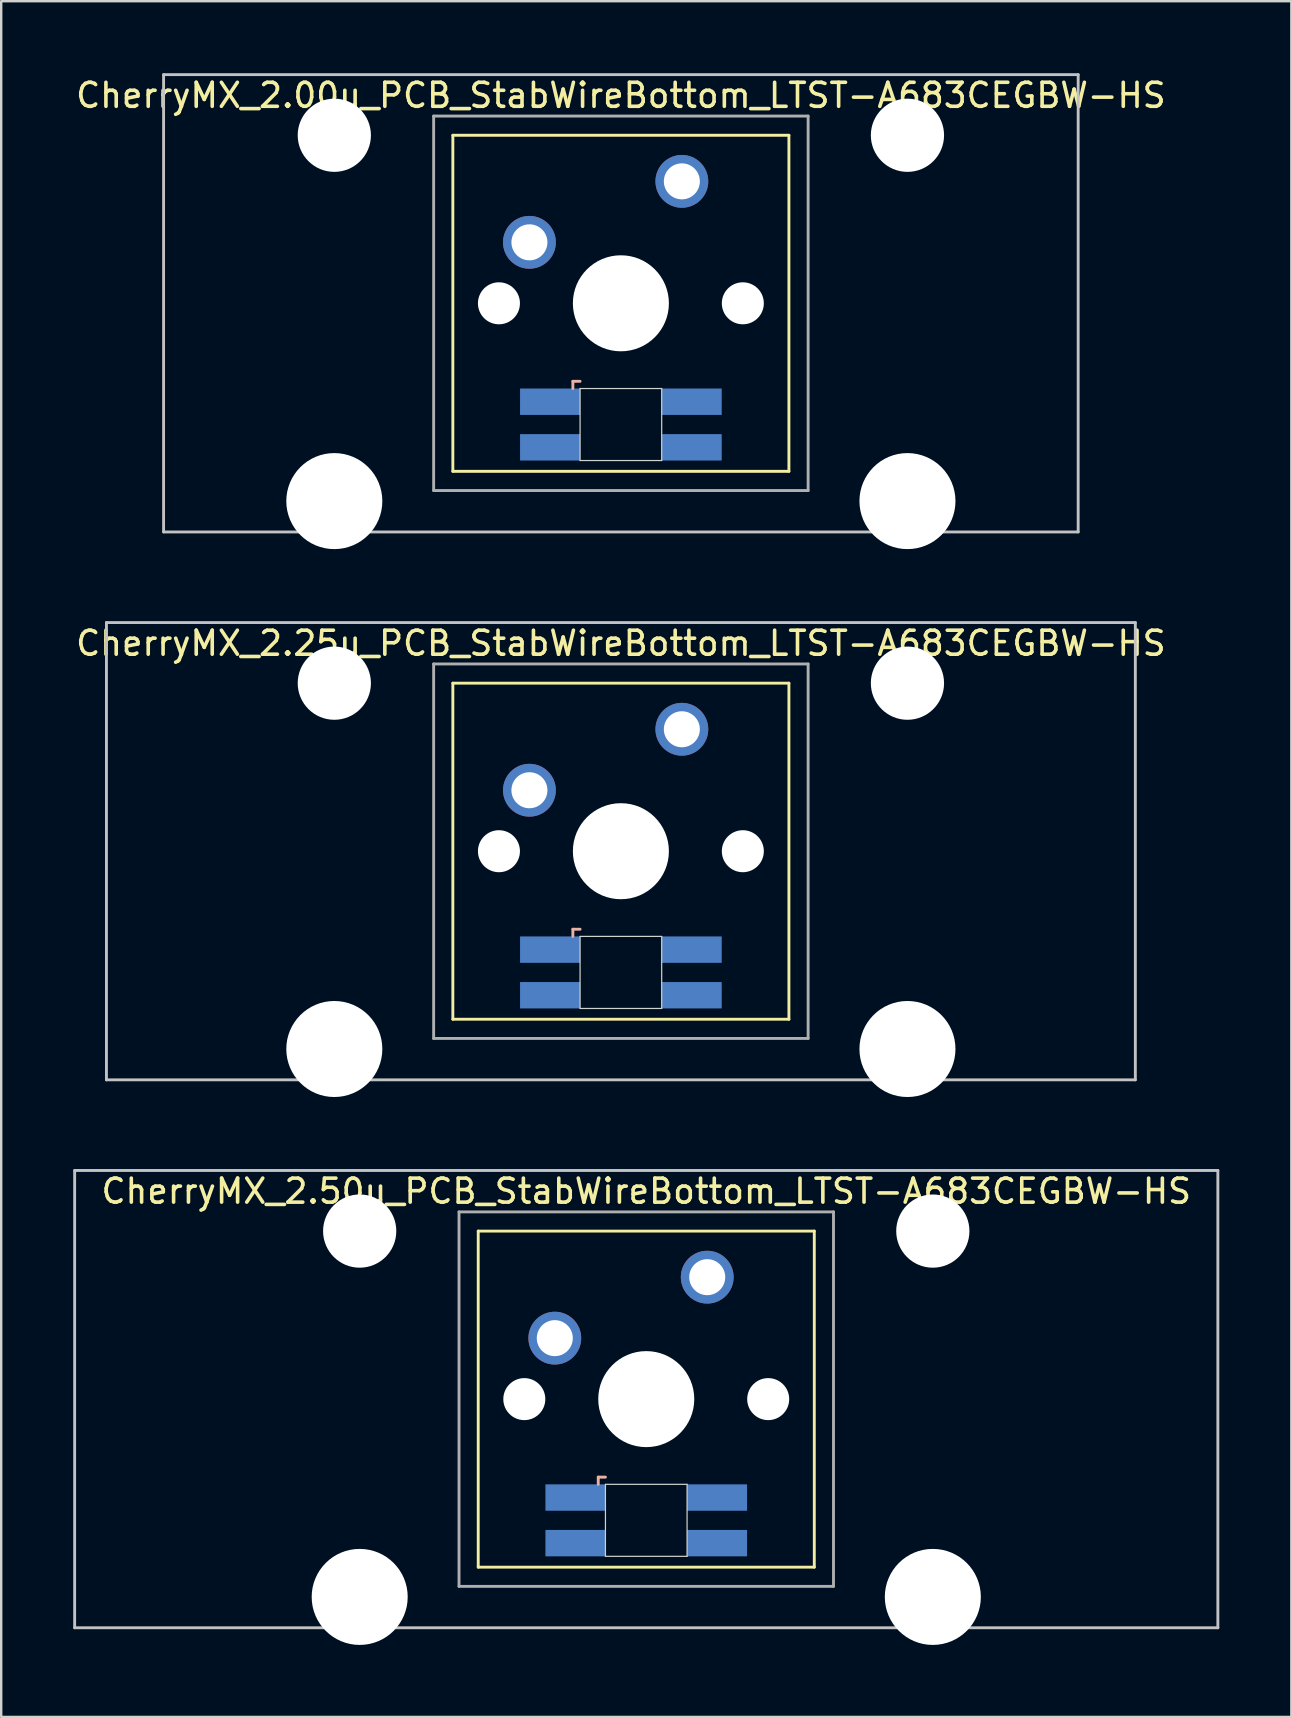
<source format=kicad_pcb>
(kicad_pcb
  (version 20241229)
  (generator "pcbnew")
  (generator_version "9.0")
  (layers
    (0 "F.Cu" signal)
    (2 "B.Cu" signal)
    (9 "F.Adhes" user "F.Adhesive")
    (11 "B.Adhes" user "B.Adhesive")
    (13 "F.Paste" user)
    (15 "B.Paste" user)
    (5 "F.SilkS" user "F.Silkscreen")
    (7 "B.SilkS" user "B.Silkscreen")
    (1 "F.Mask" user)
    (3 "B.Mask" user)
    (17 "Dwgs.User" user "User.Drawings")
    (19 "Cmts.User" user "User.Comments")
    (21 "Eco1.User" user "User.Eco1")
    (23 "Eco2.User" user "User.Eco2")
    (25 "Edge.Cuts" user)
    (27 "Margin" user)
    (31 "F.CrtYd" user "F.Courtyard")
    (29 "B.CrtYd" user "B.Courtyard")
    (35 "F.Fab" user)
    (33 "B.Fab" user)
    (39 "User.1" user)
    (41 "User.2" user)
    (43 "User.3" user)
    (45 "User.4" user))
  (footprint "CherryMX_2.50u_PCB_StabWireBottom_LTST-A683CEGBW-HS"
    (layer "F.Cu")
    (at 23.872 55.235)
    (property "Reference" "CherryMX_2.50u_PCB_StabWireBottom_LTST-A683CEGBW-HS" (at 0 -8.662 0) (layer "F.SilkS") (effects (font (size 1 1) (thickness 0.15))))
    (attr through_hole)
    (fp_line (start -7 -7) (end -7 7) (stroke (width 0.12) (type solid)) (layer "F.SilkS"))
    (fp_line (start -7 -7) (end 7 -7) (stroke (width 0.12) (type solid)) (layer "F.SilkS"))
    (fp_line (start 7 -7) (end 7 7) (stroke (width 0.12) (type solid)) (layer "F.SilkS"))
    (fp_line (start 7 7) (end -7 7) (stroke (width 0.12) (type solid)) (layer "F.SilkS"))
    (fp_line (start -2 3.25) (end -2 3.55) (stroke (width 0.12) (type solid)) (layer "B.SilkS"))
    (fp_line (start -1.7 3.25) (end -2 3.25) (stroke (width 0.12) (type solid)) (layer "B.SilkS"))
    (fp_line (start -23.812 -9.525) (end 23.812 -9.525) (stroke (width 0.12) (type solid)) (layer "Dwgs.User"))
    (fp_line (start -23.812 9.525) (end -23.812 -9.525) (stroke (width 0.12) (type solid)) (layer "Dwgs.User"))
    (fp_line (start 23.812 -9.525) (end 23.812 9.525) (stroke (width 0.12) (type solid)) (layer "Dwgs.User"))
    (fp_line (start 23.812 9.525) (end -23.812 9.525) (stroke (width 0.12) (type solid)) (layer "Dwgs.User"))
    (fp_line (start -1.7 3.55) (end 1.7 3.55) (stroke (width 0.05) (type solid)) (layer "Edge.Cuts"))
    (fp_line (start -1.7 6.55) (end -1.7 3.55) (stroke (width 0.05) (type solid)) (layer "Edge.Cuts"))
    (fp_line (start 1.7 3.55) (end 1.7 6.55) (stroke (width 0.05) (type solid)) (layer "Edge.Cuts"))
    (fp_line (start 1.7 6.55) (end -1.7 6.55) (stroke (width 0.05) (type solid)) (layer "Edge.Cuts"))
    (fp_line (start -7.8 -7.8) (end -7.8 7.8) (stroke (width 0.12) (type solid)) (layer "F.Fab"))
    (fp_line (start -7.8 -7.8) (end 7.8 -7.8) (stroke (width 0.12) (type solid)) (layer "F.Fab"))
    (fp_line (start -7.8 7.8) (end 7.8 7.8) (stroke (width 0.12) (type solid)) (layer "F.Fab"))
    (fp_line (start 7.8 -7.8) (end 7.8 7.8) (stroke (width 0.12) (type solid)) (layer "F.Fab"))
    (pad "" np_thru_hole circle (at -11.938 -7) (size 3.05 3.05) (drill 3.05) (layers "*.Cu" "*.Mask"))
    (pad "" np_thru_hole circle (at -11.938 8.24) (size 4 4) (drill 4) (layers "*.Cu" "*.Mask"))
    (pad "" np_thru_hole circle (at -5.08 0) (size 1.75 1.75) (drill 1.75) (layers "*.Cu" "*.Mask"))
    (pad "" np_thru_hole circle (at 0 0) (size 4 4) (drill 4) (layers "*.Cu" "*.Mask"))
    (pad "" np_thru_hole circle (at 5.08 0) (size 1.75 1.75) (drill 1.75) (layers "*.Cu" "*.Mask"))
    (pad "" np_thru_hole circle (at 11.938 -7) (size 3.05 3.05) (drill 3.05) (layers "*.Cu" "*.Mask"))
    (pad "" np_thru_hole circle (at 11.938 8.24) (size 4 4) (drill 4) (layers "*.Cu" "*.Mask"))
    (pad "1" thru_hole circle (at -3.81 -2.54) (size 2.2 2.2) (drill 1.5) (layers "*.Cu" "*.Mask"))
    (pad "2" thru_hole circle (at 2.54 -5.08) (size 2.2 2.2) (drill 1.5) (layers "*.Cu" "*.Mask"))
    (pad "3" smd rect (at -2.95 4.1) (size 2.5 1.1) (layers "B.Cu" "B.Mask" "B.Paste"))
    (pad "4" smd rect (at -2.95 6) (size 2.5 1.1) (layers "B.Cu" "B.Mask" "B.Paste"))
    (pad "5" smd rect (at 2.95 4.1) (size 2.5 1.1) (layers "B.Cu" "B.Mask" "B.Paste"))
    (pad "6" smd rect (at 2.95 6) (size 2.5 1.1) (layers "B.Cu" "B.Mask" "B.Paste")))
  (footprint "CherryMX_2.00u_PCB_StabWireBottom_LTST-A683CEGBW-HS"
    (layer "F.Cu")
    (at 22.815 9.585)
    (property "Reference" "CherryMX_2.00u_PCB_StabWireBottom_LTST-A683CEGBW-HS" (at 0 -8.662 0) (layer "F.SilkS") (effects (font (size 1 1) (thickness 0.15))))
    (attr through_hole)
    (fp_line (start -7 -7) (end -7 7) (stroke (width 0.12) (type solid)) (layer "F.SilkS"))
    (fp_line (start -7 -7) (end 7 -7) (stroke (width 0.12) (type solid)) (layer "F.SilkS"))
    (fp_line (start 7 -7) (end 7 7) (stroke (width 0.12) (type solid)) (layer "F.SilkS"))
    (fp_line (start 7 7) (end -7 7) (stroke (width 0.12) (type solid)) (layer "F.SilkS"))
    (fp_line (start -2 3.25) (end -2 3.55) (stroke (width 0.12) (type solid)) (layer "B.SilkS"))
    (fp_line (start -1.7 3.25) (end -2 3.25) (stroke (width 0.12) (type solid)) (layer "B.SilkS"))
    (fp_line (start -19.05 -9.525) (end 19.05 -9.525) (stroke (width 0.12) (type solid)) (layer "Dwgs.User"))
    (fp_line (start -19.05 9.525) (end -19.05 -9.525) (stroke (width 0.12) (type solid)) (layer "Dwgs.User"))
    (fp_line (start 19.05 -9.525) (end 19.05 9.525) (stroke (width 0.12) (type solid)) (layer "Dwgs.User"))
    (fp_line (start 19.05 9.525) (end -19.05 9.525) (stroke (width 0.12) (type solid)) (layer "Dwgs.User"))
    (fp_line (start -1.7 3.55) (end 1.7 3.55) (stroke (width 0.05) (type solid)) (layer "Edge.Cuts"))
    (fp_line (start -1.7 6.55) (end -1.7 3.55) (stroke (width 0.05) (type solid)) (layer "Edge.Cuts"))
    (fp_line (start 1.7 3.55) (end 1.7 6.55) (stroke (width 0.05) (type solid)) (layer "Edge.Cuts"))
    (fp_line (start 1.7 6.55) (end -1.7 6.55) (stroke (width 0.05) (type solid)) (layer "Edge.Cuts"))
    (fp_line (start -7.8 -7.8) (end -7.8 7.8) (stroke (width 0.12) (type solid)) (layer "F.Fab"))
    (fp_line (start -7.8 -7.8) (end 7.8 -7.8) (stroke (width 0.12) (type solid)) (layer "F.Fab"))
    (fp_line (start -7.8 7.8) (end 7.8 7.8) (stroke (width 0.12) (type solid)) (layer "F.Fab"))
    (fp_line (start 7.8 -7.8) (end 7.8 7.8) (stroke (width 0.12) (type solid)) (layer "F.Fab"))
    (pad "" np_thru_hole circle (at -11.938 -7) (size 3.05 3.05) (drill 3.05) (layers "*.Cu" "*.Mask"))
    (pad "" np_thru_hole circle (at -11.938 8.24) (size 4 4) (drill 4) (layers "*.Cu" "*.Mask"))
    (pad "" np_thru_hole circle (at -5.08 0) (size 1.75 1.75) (drill 1.75) (layers "*.Cu" "*.Mask"))
    (pad "" np_thru_hole circle (at 0 0) (size 4 4) (drill 4) (layers "*.Cu" "*.Mask"))
    (pad "" np_thru_hole circle (at 5.08 0) (size 1.75 1.75) (drill 1.75) (layers "*.Cu" "*.Mask"))
    (pad "" np_thru_hole circle (at 11.938 -7) (size 3.05 3.05) (drill 3.05) (layers "*.Cu" "*.Mask"))
    (pad "" np_thru_hole circle (at 11.938 8.24) (size 4 4) (drill 4) (layers "*.Cu" "*.Mask"))
    (pad "1" thru_hole circle (at -3.81 -2.54) (size 2.2 2.2) (drill 1.5) (layers "*.Cu" "*.Mask"))
    (pad "2" thru_hole circle (at 2.54 -5.08) (size 2.2 2.2) (drill 1.5) (layers "*.Cu" "*.Mask"))
    (pad "3" smd rect (at -2.95 4.1) (size 2.5 1.1) (layers "B.Cu" "B.Mask" "B.Paste"))
    (pad "4" smd rect (at -2.95 6) (size 2.5 1.1) (layers "B.Cu" "B.Mask" "B.Paste"))
    (pad "5" smd rect (at 2.95 4.1) (size 2.5 1.1) (layers "B.Cu" "B.Mask" "B.Paste"))
    (pad "6" smd rect (at 2.95 6) (size 2.5 1.1) (layers "B.Cu" "B.Mask" "B.Paste")))
  (footprint "CherryMX_2.25u_PCB_StabWireBottom_LTST-A683CEGBW-HS"
    (layer "F.Cu")
    (at 22.815 32.41)
    (property "Reference" "CherryMX_2.25u_PCB_StabWireBottom_LTST-A683CEGBW-HS" (at 0 -8.662 0) (layer "F.SilkS") (effects (font (size 1 1) (thickness 0.15))))
    (attr through_hole)
    (fp_line (start -7 -7) (end -7 7) (stroke (width 0.12) (type solid)) (layer "F.SilkS"))
    (fp_line (start -7 -7) (end 7 -7) (stroke (width 0.12) (type solid)) (layer "F.SilkS"))
    (fp_line (start 7 -7) (end 7 7) (stroke (width 0.12) (type solid)) (layer "F.SilkS"))
    (fp_line (start 7 7) (end -7 7) (stroke (width 0.12) (type solid)) (layer "F.SilkS"))
    (fp_line (start -2 3.25) (end -2 3.55) (stroke (width 0.12) (type solid)) (layer "B.SilkS"))
    (fp_line (start -1.7 3.25) (end -2 3.25) (stroke (width 0.12) (type solid)) (layer "B.SilkS"))
    (fp_line (start -21.431 -9.525) (end 21.431 -9.525) (stroke (width 0.12) (type solid)) (layer "Dwgs.User"))
    (fp_line (start -21.431 9.525) (end -21.431 -9.525) (stroke (width 0.12) (type solid)) (layer "Dwgs.User"))
    (fp_line (start 21.431 -9.525) (end 21.431 9.525) (stroke (width 0.12) (type solid)) (layer "Dwgs.User"))
    (fp_line (start 21.431 9.525) (end -21.431 9.525) (stroke (width 0.12) (type solid)) (layer "Dwgs.User"))
    (fp_line (start -1.7 3.55) (end 1.7 3.55) (stroke (width 0.05) (type solid)) (layer "Edge.Cuts"))
    (fp_line (start -1.7 6.55) (end -1.7 3.55) (stroke (width 0.05) (type solid)) (layer "Edge.Cuts"))
    (fp_line (start 1.7 3.55) (end 1.7 6.55) (stroke (width 0.05) (type solid)) (layer "Edge.Cuts"))
    (fp_line (start 1.7 6.55) (end -1.7 6.55) (stroke (width 0.05) (type solid)) (layer "Edge.Cuts"))
    (fp_line (start -7.8 -7.8) (end -7.8 7.8) (stroke (width 0.12) (type solid)) (layer "F.Fab"))
    (fp_line (start -7.8 -7.8) (end 7.8 -7.8) (stroke (width 0.12) (type solid)) (layer "F.Fab"))
    (fp_line (start -7.8 7.8) (end 7.8 7.8) (stroke (width 0.12) (type solid)) (layer "F.Fab"))
    (fp_line (start 7.8 -7.8) (end 7.8 7.8) (stroke (width 0.12) (type solid)) (layer "F.Fab"))
    (pad "" np_thru_hole circle (at -11.938 -7) (size 3.05 3.05) (drill 3.05) (layers "*.Cu" "*.Mask"))
    (pad "" np_thru_hole circle (at -11.938 8.24) (size 4 4) (drill 4) (layers "*.Cu" "*.Mask"))
    (pad "" np_thru_hole circle (at -5.08 0) (size 1.75 1.75) (drill 1.75) (layers "*.Cu" "*.Mask"))
    (pad "" np_thru_hole circle (at 0 0) (size 4 4) (drill 4) (layers "*.Cu" "*.Mask"))
    (pad "" np_thru_hole circle (at 5.08 0) (size 1.75 1.75) (drill 1.75) (layers "*.Cu" "*.Mask"))
    (pad "" np_thru_hole circle (at 11.938 -7) (size 3.05 3.05) (drill 3.05) (layers "*.Cu" "*.Mask"))
    (pad "" np_thru_hole circle (at 11.938 8.24) (size 4 4) (drill 4) (layers "*.Cu" "*.Mask"))
    (pad "1" thru_hole circle (at -3.81 -2.54) (size 2.2 2.2) (drill 1.5) (layers "*.Cu" "*.Mask"))
    (pad "2" thru_hole circle (at 2.54 -5.08) (size 2.2 2.2) (drill 1.5) (layers "*.Cu" "*.Mask"))
    (pad "3" smd rect (at -2.95 4.1) (size 2.5 1.1) (layers "B.Cu" "B.Mask" "B.Paste"))
    (pad "4" smd rect (at -2.95 6) (size 2.5 1.1) (layers "B.Cu" "B.Mask" "B.Paste"))
    (pad "5" smd rect (at 2.95 4.1) (size 2.5 1.1) (layers "B.Cu" "B.Mask" "B.Paste"))
    (pad "6" smd rect (at 2.95 6) (size 2.5 1.1) (layers "B.Cu" "B.Mask" "B.Paste")))
  (gr_rect
    (start -3 -3)
    (end 50.745 68.475)
    (stroke (width 0.1) (type default))
    (fill no)
    (layer "Edge.Cuts")))
</source>
